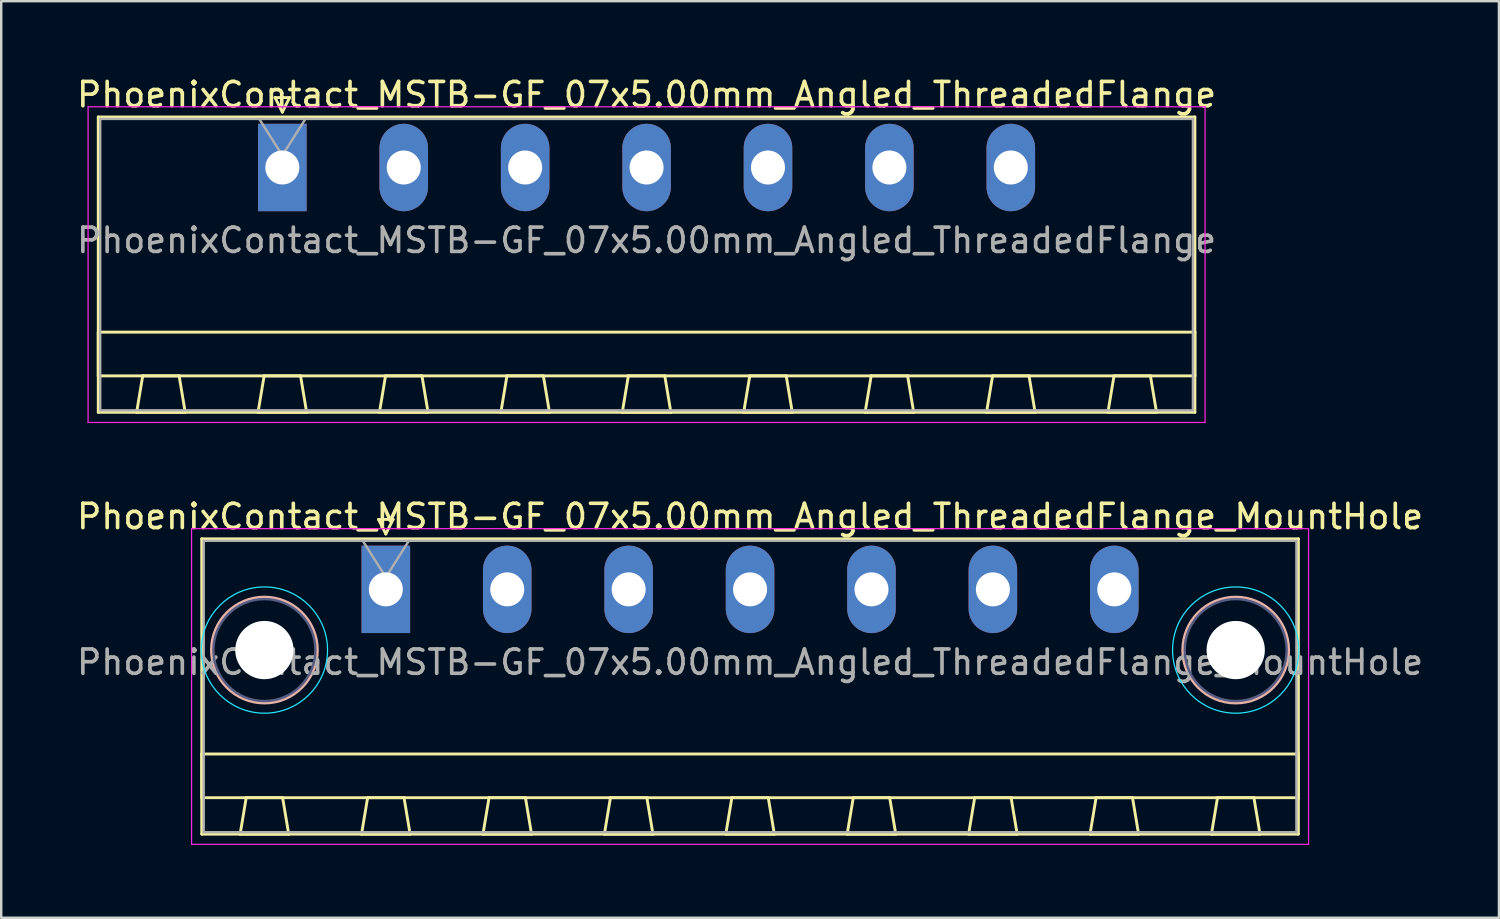
<source format=kicad_pcb>
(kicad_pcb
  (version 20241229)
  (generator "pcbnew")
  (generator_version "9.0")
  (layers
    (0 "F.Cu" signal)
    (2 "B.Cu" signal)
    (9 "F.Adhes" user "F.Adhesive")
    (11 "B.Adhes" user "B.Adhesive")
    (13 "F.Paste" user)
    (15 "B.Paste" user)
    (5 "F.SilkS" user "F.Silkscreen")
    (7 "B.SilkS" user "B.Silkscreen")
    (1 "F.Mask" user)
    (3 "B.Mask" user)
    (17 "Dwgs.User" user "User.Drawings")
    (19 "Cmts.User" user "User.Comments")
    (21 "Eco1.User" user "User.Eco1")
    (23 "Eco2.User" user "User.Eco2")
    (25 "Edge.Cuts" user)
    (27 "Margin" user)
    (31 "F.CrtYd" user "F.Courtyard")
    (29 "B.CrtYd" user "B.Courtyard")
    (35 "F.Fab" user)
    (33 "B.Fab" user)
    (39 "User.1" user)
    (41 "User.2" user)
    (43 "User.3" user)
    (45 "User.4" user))
  (footprint "PhoenixContact_MSTB-GF_07x5.00mm_Angled_ThreadedFlange_MountHole"
    (layer "F.Cu")
    (at 12.839 21.221)
    (property "Reference" "PhoenixContact_MSTB-GF_07x5.00mm_Angled_ThreadedFlange_MountHole" (at 15 -3 0) (layer "F.SilkS") (effects (font (size 1 1) (thickness 0.15))))
    (attr through_hole)
    (fp_line (start -7.58 -2.08) (end -7.58 10.08) (stroke (width 0.12) (type solid)) (layer "F.SilkS"))
    (fp_line (start -7.58 6.78) (end 37.58 6.78) (stroke (width 0.12) (type solid)) (layer "F.SilkS"))
    (fp_line (start -7.58 8.58) (end -7.58 6.78) (stroke (width 0.12) (type solid)) (layer "F.SilkS"))
    (fp_line (start -7.58 10.08) (end 37.58 10.08) (stroke (width 0.12) (type solid)) (layer "F.SilkS"))
    (fp_line (start -6 10.08) (end -4 10.08) (stroke (width 0.12) (type solid)) (layer "F.SilkS"))
    (fp_line (start -5.75 8.58) (end -6 10.08) (stroke (width 0.12) (type solid)) (layer "F.SilkS"))
    (fp_line (start -4.25 8.58) (end -5.75 8.58) (stroke (width 0.12) (type solid)) (layer "F.SilkS"))
    (fp_line (start -4 10.08) (end -4.25 8.58) (stroke (width 0.12) (type solid)) (layer "F.SilkS"))
    (fp_line (start -1 10.08) (end 1 10.08) (stroke (width 0.12) (type solid)) (layer "F.SilkS"))
    (fp_line (start -0.75 8.58) (end -1 10.08) (stroke (width 0.12) (type solid)) (layer "F.SilkS"))
    (fp_line (start -0.3 -2.88) (end 0.3 -2.88) (stroke (width 0.12) (type solid)) (layer "F.SilkS"))
    (fp_line (start 0 -2.28) (end -0.3 -2.88) (stroke (width 0.12) (type solid)) (layer "F.SilkS"))
    (fp_line (start 0.3 -2.88) (end 0 -2.28) (stroke (width 0.12) (type solid)) (layer "F.SilkS"))
    (fp_line (start 0.75 8.58) (end -0.75 8.58) (stroke (width 0.12) (type solid)) (layer "F.SilkS"))
    (fp_line (start 1 10.08) (end 0.75 8.58) (stroke (width 0.12) (type solid)) (layer "F.SilkS"))
    (fp_line (start 4 10.08) (end 6 10.08) (stroke (width 0.12) (type solid)) (layer "F.SilkS"))
    (fp_line (start 4.25 8.58) (end 4 10.08) (stroke (width 0.12) (type solid)) (layer "F.SilkS"))
    (fp_line (start 5.75 8.58) (end 4.25 8.58) (stroke (width 0.12) (type solid)) (layer "F.SilkS"))
    (fp_line (start 6 10.08) (end 5.75 8.58) (stroke (width 0.12) (type solid)) (layer "F.SilkS"))
    (fp_line (start 9 10.08) (end 11 10.08) (stroke (width 0.12) (type solid)) (layer "F.SilkS"))
    (fp_line (start 9.25 8.58) (end 9 10.08) (stroke (width 0.12) (type solid)) (layer "F.SilkS"))
    (fp_line (start 10.75 8.58) (end 9.25 8.58) (stroke (width 0.12) (type solid)) (layer "F.SilkS"))
    (fp_line (start 11 10.08) (end 10.75 8.58) (stroke (width 0.12) (type solid)) (layer "F.SilkS"))
    (fp_line (start 14 10.08) (end 16 10.08) (stroke (width 0.12) (type solid)) (layer "F.SilkS"))
    (fp_line (start 14.25 8.58) (end 14 10.08) (stroke (width 0.12) (type solid)) (layer "F.SilkS"))
    (fp_line (start 15.75 8.58) (end 14.25 8.58) (stroke (width 0.12) (type solid)) (layer "F.SilkS"))
    (fp_line (start 16 10.08) (end 15.75 8.58) (stroke (width 0.12) (type solid)) (layer "F.SilkS"))
    (fp_line (start 19 10.08) (end 21 10.08) (stroke (width 0.12) (type solid)) (layer "F.SilkS"))
    (fp_line (start 19.25 8.58) (end 19 10.08) (stroke (width 0.12) (type solid)) (layer "F.SilkS"))
    (fp_line (start 20.75 8.58) (end 19.25 8.58) (stroke (width 0.12) (type solid)) (layer "F.SilkS"))
    (fp_line (start 21 10.08) (end 20.75 8.58) (stroke (width 0.12) (type solid)) (layer "F.SilkS"))
    (fp_line (start 24 10.08) (end 26 10.08) (stroke (width 0.12) (type solid)) (layer "F.SilkS"))
    (fp_line (start 24.25 8.58) (end 24 10.08) (stroke (width 0.12) (type solid)) (layer "F.SilkS"))
    (fp_line (start 25.75 8.58) (end 24.25 8.58) (stroke (width 0.12) (type solid)) (layer "F.SilkS"))
    (fp_line (start 26 10.08) (end 25.75 8.58) (stroke (width 0.12) (type solid)) (layer "F.SilkS"))
    (fp_line (start 29 10.08) (end 31 10.08) (stroke (width 0.12) (type solid)) (layer "F.SilkS"))
    (fp_line (start 29.25 8.58) (end 29 10.08) (stroke (width 0.12) (type solid)) (layer "F.SilkS"))
    (fp_line (start 30.75 8.58) (end 29.25 8.58) (stroke (width 0.12) (type solid)) (layer "F.SilkS"))
    (fp_line (start 31 10.08) (end 30.75 8.58) (stroke (width 0.12) (type solid)) (layer "F.SilkS"))
    (fp_line (start 34 10.08) (end 36 10.08) (stroke (width 0.12) (type solid)) (layer "F.SilkS"))
    (fp_line (start 34.25 8.58) (end 34 10.08) (stroke (width 0.12) (type solid)) (layer "F.SilkS"))
    (fp_line (start 35.75 8.58) (end 34.25 8.58) (stroke (width 0.12) (type solid)) (layer "F.SilkS"))
    (fp_line (start 36 10.08) (end 35.75 8.58) (stroke (width 0.12) (type solid)) (layer "F.SilkS"))
    (fp_line (start 37.58 -2.08) (end -7.58 -2.08) (stroke (width 0.12) (type solid)) (layer "F.SilkS"))
    (fp_line (start 37.58 6.78) (end 37.58 8.58) (stroke (width 0.12) (type solid)) (layer "F.SilkS"))
    (fp_line (start 37.58 8.58) (end -7.58 8.58) (stroke (width 0.12) (type solid)) (layer "F.SilkS"))
    (fp_line (start 37.58 10.08) (end 37.58 -2.08) (stroke (width 0.12) (type solid)) (layer "F.SilkS"))
    (fp_circle (center -5 2.5) (end -2.82 2.5) (stroke (width 0.12) (type solid)) (fill no) (layer "B.SilkS"))
    (fp_circle (center 35 2.5) (end 37.18 2.5) (stroke (width 0.12) (type solid)) (fill no) (layer "B.SilkS"))
    (fp_circle (center -5 2.5) (end -2.4 2.5) (stroke (width 0.05) (type solid)) (fill no) (layer "B.CrtYd"))
    (fp_circle (center 35 2.5) (end 37.6 2.5) (stroke (width 0.05) (type solid)) (fill no) (layer "B.CrtYd"))
    (fp_line (start -8 -2.5) (end -8 10.5) (stroke (width 0.05) (type solid)) (layer "F.CrtYd"))
    (fp_line (start -8 10.5) (end 38 10.5) (stroke (width 0.05) (type solid)) (layer "F.CrtYd"))
    (fp_line (start 38 -2.5) (end -8 -2.5) (stroke (width 0.05) (type solid)) (layer "F.CrtYd"))
    (fp_line (start 38 10.5) (end 38 -2.5) (stroke (width 0.05) (type solid)) (layer "F.CrtYd"))
    (fp_circle (center -5 2.5) (end -2.9 2.5) (stroke (width 0.1) (type solid)) (fill no) (layer "B.Fab"))
    (fp_circle (center 35 2.5) (end 37.1 2.5) (stroke (width 0.1) (type solid)) (fill no) (layer "B.Fab"))
    (fp_line (start -7.5 -2) (end -7.5 10) (stroke (width 0.1) (type solid)) (layer "F.Fab"))
    (fp_line (start -7.5 10) (end 37.5 10) (stroke (width 0.1) (type solid)) (layer "F.Fab"))
    (fp_line (start 0 -0.5) (end -0.95 -2) (stroke (width 0.1) (type solid)) (layer "F.Fab"))
    (fp_line (start 0.95 -2) (end 0 -0.5) (stroke (width 0.1) (type solid)) (layer "F.Fab"))
    (fp_line (start 37.5 -2) (end -7.5 -2) (stroke (width 0.1) (type solid)) (layer "F.Fab"))
    (fp_line (start 37.5 10) (end 37.5 -2) (stroke (width 0.1) (type solid)) (layer "F.Fab"))
    (fp_text user "${REFERENCE}" (at 15 3 0) (layer "F.Fab") (effects (font (size 1 1) (thickness 0.15))))
    (pad "" np_thru_hole circle (at -5 2.5) (size 2.4 2.4) (drill 2.4) (layers "*.Cu" "*.Mask"))
    (pad "" np_thru_hole circle (at 35 2.5) (size 2.4 2.4) (drill 2.4) (layers "*.Cu" "*.Mask"))
    (pad "1" thru_hole rect (at 0 0) (size 2 3.6) (drill 1.4) (layers "*.Cu" "*.Mask"))
    (pad "2" thru_hole oval (at 5 0) (size 2 3.6) (drill 1.4) (layers "*.Cu" "*.Mask"))
    (pad "3" thru_hole oval (at 10 0) (size 2 3.6) (drill 1.4) (layers "*.Cu" "*.Mask"))
    (pad "4" thru_hole oval (at 15 0) (size 2 3.6) (drill 1.4) (layers "*.Cu" "*.Mask"))
    (pad "5" thru_hole oval (at 20 0) (size 2 3.6) (drill 1.4) (layers "*.Cu" "*.Mask"))
    (pad "6" thru_hole oval (at 25 0) (size 2 3.6) (drill 1.4) (layers "*.Cu" "*.Mask"))
    (pad "7" thru_hole oval (at 30 0) (size 2 3.6) (drill 1.4) (layers "*.Cu" "*.Mask")))
  (footprint "PhoenixContact_MSTB-GF_07x5.00mm_Angled_ThreadedFlange"
    (layer "F.Cu")
    (at 8.577 3.848)
    (property "Reference" "PhoenixContact_MSTB-GF_07x5.00mm_Angled_ThreadedFlange" (at 15 -3 0) (layer "F.SilkS") (effects (font (size 1 1) (thickness 0.15))))
    (attr through_hole)
    (fp_line (start -7.58 -2.08) (end -7.58 10.08) (stroke (width 0.12) (type solid)) (layer "F.SilkS"))
    (fp_line (start -7.58 6.78) (end 37.58 6.78) (stroke (width 0.12) (type solid)) (layer "F.SilkS"))
    (fp_line (start -7.58 8.58) (end -7.58 6.78) (stroke (width 0.12) (type solid)) (layer "F.SilkS"))
    (fp_line (start -7.58 10.08) (end 37.58 10.08) (stroke (width 0.12) (type solid)) (layer "F.SilkS"))
    (fp_line (start -6 10.08) (end -4 10.08) (stroke (width 0.12) (type solid)) (layer "F.SilkS"))
    (fp_line (start -5.75 8.58) (end -6 10.08) (stroke (width 0.12) (type solid)) (layer "F.SilkS"))
    (fp_line (start -4.25 8.58) (end -5.75 8.58) (stroke (width 0.12) (type solid)) (layer "F.SilkS"))
    (fp_line (start -4 10.08) (end -4.25 8.58) (stroke (width 0.12) (type solid)) (layer "F.SilkS"))
    (fp_line (start -1 10.08) (end 1 10.08) (stroke (width 0.12) (type solid)) (layer "F.SilkS"))
    (fp_line (start -0.75 8.58) (end -1 10.08) (stroke (width 0.12) (type solid)) (layer "F.SilkS"))
    (fp_line (start -0.3 -2.88) (end 0.3 -2.88) (stroke (width 0.12) (type solid)) (layer "F.SilkS"))
    (fp_line (start 0 -2.28) (end -0.3 -2.88) (stroke (width 0.12) (type solid)) (layer "F.SilkS"))
    (fp_line (start 0.3 -2.88) (end 0 -2.28) (stroke (width 0.12) (type solid)) (layer "F.SilkS"))
    (fp_line (start 0.75 8.58) (end -0.75 8.58) (stroke (width 0.12) (type solid)) (layer "F.SilkS"))
    (fp_line (start 1 10.08) (end 0.75 8.58) (stroke (width 0.12) (type solid)) (layer "F.SilkS"))
    (fp_line (start 4 10.08) (end 6 10.08) (stroke (width 0.12) (type solid)) (layer "F.SilkS"))
    (fp_line (start 4.25 8.58) (end 4 10.08) (stroke (width 0.12) (type solid)) (layer "F.SilkS"))
    (fp_line (start 5.75 8.58) (end 4.25 8.58) (stroke (width 0.12) (type solid)) (layer "F.SilkS"))
    (fp_line (start 6 10.08) (end 5.75 8.58) (stroke (width 0.12) (type solid)) (layer "F.SilkS"))
    (fp_line (start 9 10.08) (end 11 10.08) (stroke (width 0.12) (type solid)) (layer "F.SilkS"))
    (fp_line (start 9.25 8.58) (end 9 10.08) (stroke (width 0.12) (type solid)) (layer "F.SilkS"))
    (fp_line (start 10.75 8.58) (end 9.25 8.58) (stroke (width 0.12) (type solid)) (layer "F.SilkS"))
    (fp_line (start 11 10.08) (end 10.75 8.58) (stroke (width 0.12) (type solid)) (layer "F.SilkS"))
    (fp_line (start 14 10.08) (end 16 10.08) (stroke (width 0.12) (type solid)) (layer "F.SilkS"))
    (fp_line (start 14.25 8.58) (end 14 10.08) (stroke (width 0.12) (type solid)) (layer "F.SilkS"))
    (fp_line (start 15.75 8.58) (end 14.25 8.58) (stroke (width 0.12) (type solid)) (layer "F.SilkS"))
    (fp_line (start 16 10.08) (end 15.75 8.58) (stroke (width 0.12) (type solid)) (layer "F.SilkS"))
    (fp_line (start 19 10.08) (end 21 10.08) (stroke (width 0.12) (type solid)) (layer "F.SilkS"))
    (fp_line (start 19.25 8.58) (end 19 10.08) (stroke (width 0.12) (type solid)) (layer "F.SilkS"))
    (fp_line (start 20.75 8.58) (end 19.25 8.58) (stroke (width 0.12) (type solid)) (layer "F.SilkS"))
    (fp_line (start 21 10.08) (end 20.75 8.58) (stroke (width 0.12) (type solid)) (layer "F.SilkS"))
    (fp_line (start 24 10.08) (end 26 10.08) (stroke (width 0.12) (type solid)) (layer "F.SilkS"))
    (fp_line (start 24.25 8.58) (end 24 10.08) (stroke (width 0.12) (type solid)) (layer "F.SilkS"))
    (fp_line (start 25.75 8.58) (end 24.25 8.58) (stroke (width 0.12) (type solid)) (layer "F.SilkS"))
    (fp_line (start 26 10.08) (end 25.75 8.58) (stroke (width 0.12) (type solid)) (layer "F.SilkS"))
    (fp_line (start 29 10.08) (end 31 10.08) (stroke (width 0.12) (type solid)) (layer "F.SilkS"))
    (fp_line (start 29.25 8.58) (end 29 10.08) (stroke (width 0.12) (type solid)) (layer "F.SilkS"))
    (fp_line (start 30.75 8.58) (end 29.25 8.58) (stroke (width 0.12) (type solid)) (layer "F.SilkS"))
    (fp_line (start 31 10.08) (end 30.75 8.58) (stroke (width 0.12) (type solid)) (layer "F.SilkS"))
    (fp_line (start 34 10.08) (end 36 10.08) (stroke (width 0.12) (type solid)) (layer "F.SilkS"))
    (fp_line (start 34.25 8.58) (end 34 10.08) (stroke (width 0.12) (type solid)) (layer "F.SilkS"))
    (fp_line (start 35.75 8.58) (end 34.25 8.58) (stroke (width 0.12) (type solid)) (layer "F.SilkS"))
    (fp_line (start 36 10.08) (end 35.75 8.58) (stroke (width 0.12) (type solid)) (layer "F.SilkS"))
    (fp_line (start 37.58 -2.08) (end -7.58 -2.08) (stroke (width 0.12) (type solid)) (layer "F.SilkS"))
    (fp_line (start 37.58 6.78) (end 37.58 8.58) (stroke (width 0.12) (type solid)) (layer "F.SilkS"))
    (fp_line (start 37.58 8.58) (end -7.58 8.58) (stroke (width 0.12) (type solid)) (layer "F.SilkS"))
    (fp_line (start 37.58 10.08) (end 37.58 -2.08) (stroke (width 0.12) (type solid)) (layer "F.SilkS"))
    (fp_line (start -8 -2.5) (end -8 10.5) (stroke (width 0.05) (type solid)) (layer "F.CrtYd"))
    (fp_line (start -8 10.5) (end 38 10.5) (stroke (width 0.05) (type solid)) (layer "F.CrtYd"))
    (fp_line (start 38 -2.5) (end -8 -2.5) (stroke (width 0.05) (type solid)) (layer "F.CrtYd"))
    (fp_line (start 38 10.5) (end 38 -2.5) (stroke (width 0.05) (type solid)) (layer "F.CrtYd"))
    (fp_line (start -7.5 -2) (end -7.5 10) (stroke (width 0.1) (type solid)) (layer "F.Fab"))
    (fp_line (start -7.5 10) (end 37.5 10) (stroke (width 0.1) (type solid)) (layer "F.Fab"))
    (fp_line (start 0 -0.5) (end -0.95 -2) (stroke (width 0.1) (type solid)) (layer "F.Fab"))
    (fp_line (start 0.95 -2) (end 0 -0.5) (stroke (width 0.1) (type solid)) (layer "F.Fab"))
    (fp_line (start 37.5 -2) (end -7.5 -2) (stroke (width 0.1) (type solid)) (layer "F.Fab"))
    (fp_line (start 37.5 10) (end 37.5 -2) (stroke (width 0.1) (type solid)) (layer "F.Fab"))
    (fp_text user "${REFERENCE}" (at 15 3 0) (layer "F.Fab") (effects (font (size 1 1) (thickness 0.15))))
    (pad "1" thru_hole rect (at 0 0) (size 2 3.6) (drill 1.4) (layers "*.Cu" "*.Mask"))
    (pad "2" thru_hole oval (at 5 0) (size 2 3.6) (drill 1.4) (layers "*.Cu" "*.Mask"))
    (pad "3" thru_hole oval (at 10 0) (size 2 3.6) (drill 1.4) (layers "*.Cu" "*.Mask"))
    (pad "4" thru_hole oval (at 15 0) (size 2 3.6) (drill 1.4) (layers "*.Cu" "*.Mask"))
    (pad "5" thru_hole oval (at 20 0) (size 2 3.6) (drill 1.4) (layers "*.Cu" "*.Mask"))
    (pad "6" thru_hole oval (at 25 0) (size 2 3.6) (drill 1.4) (layers "*.Cu" "*.Mask"))
    (pad "7" thru_hole oval (at 30 0) (size 2 3.6) (drill 1.4) (layers "*.Cu" "*.Mask")))
  (gr_rect
    (start -3 -3)
    (end 58.679 34.746)
    (stroke (width 0.1) (type default))
    (fill no)
    (layer "Edge.Cuts")))
</source>
